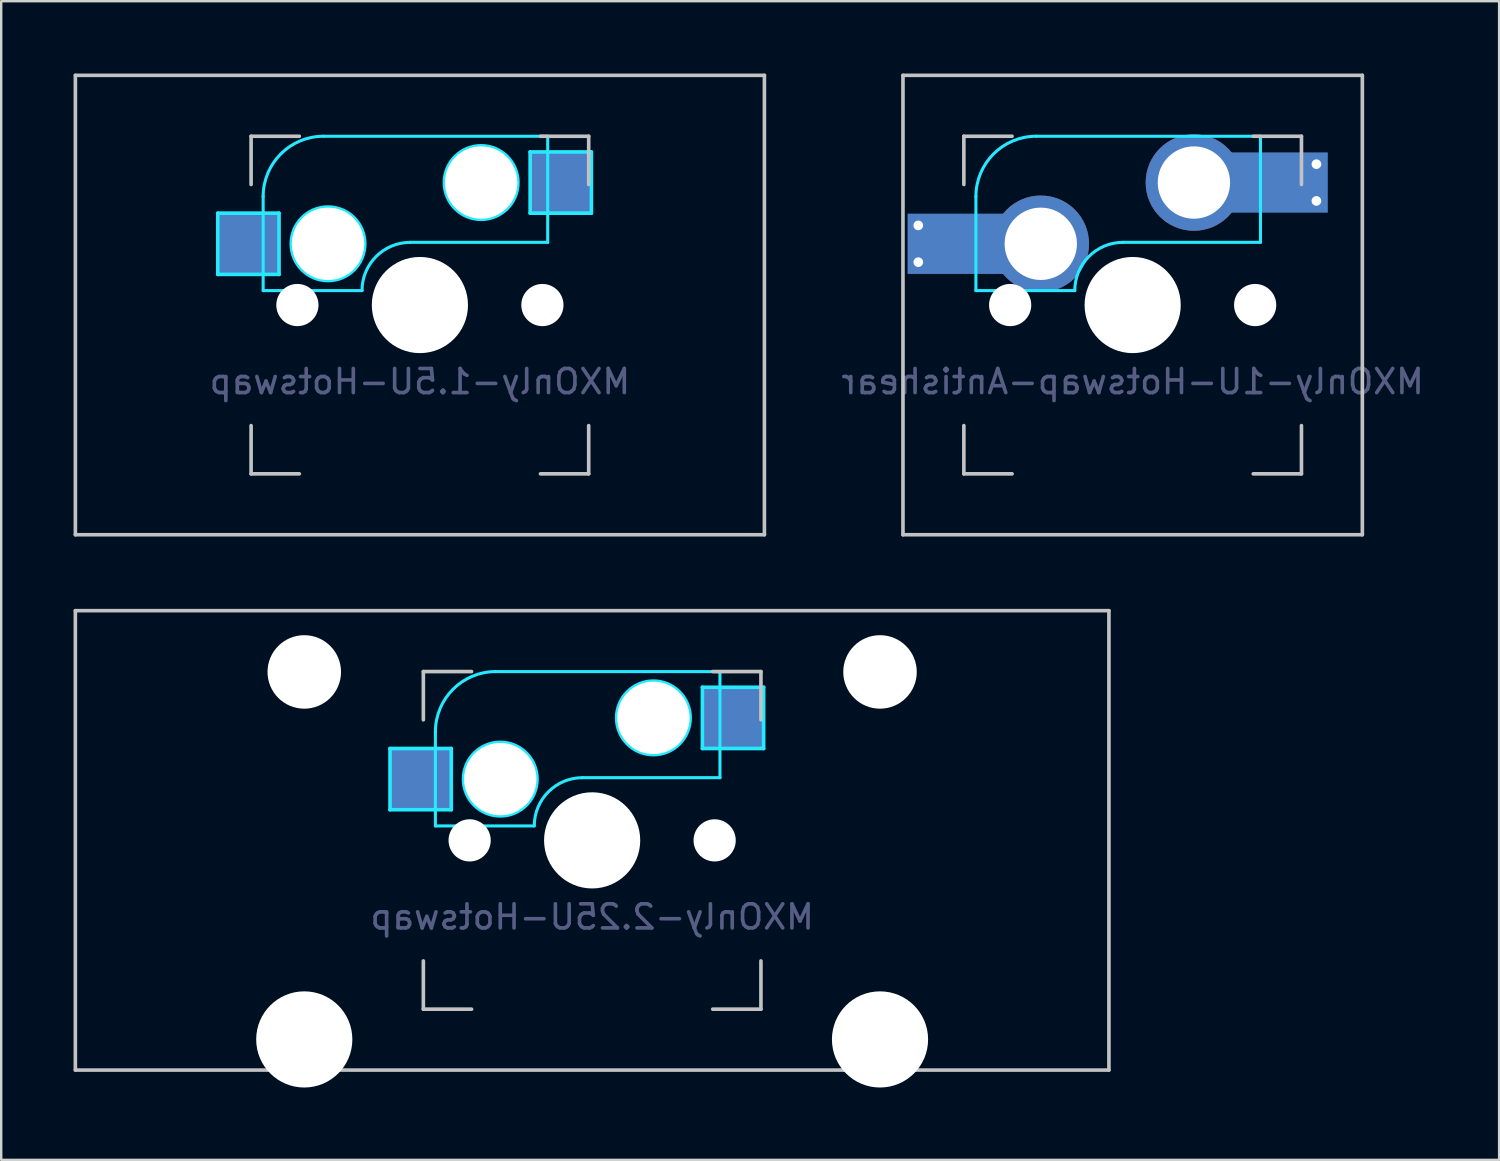
<source format=kicad_pcb>
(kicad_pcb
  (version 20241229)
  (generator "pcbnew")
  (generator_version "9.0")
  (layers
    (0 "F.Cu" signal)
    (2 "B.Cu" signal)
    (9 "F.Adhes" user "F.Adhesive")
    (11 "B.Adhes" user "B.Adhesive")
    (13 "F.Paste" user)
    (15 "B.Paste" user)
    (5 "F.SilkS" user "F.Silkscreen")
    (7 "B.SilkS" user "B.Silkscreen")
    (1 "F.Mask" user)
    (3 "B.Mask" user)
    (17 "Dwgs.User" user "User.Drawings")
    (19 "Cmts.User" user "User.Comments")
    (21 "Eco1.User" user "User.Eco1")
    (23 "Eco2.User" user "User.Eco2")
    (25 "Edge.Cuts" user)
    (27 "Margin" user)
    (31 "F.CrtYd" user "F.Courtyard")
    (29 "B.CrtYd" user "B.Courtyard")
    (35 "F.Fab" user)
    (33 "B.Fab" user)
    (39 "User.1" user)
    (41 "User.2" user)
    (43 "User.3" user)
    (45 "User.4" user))
  (footprint "MXOnly-1.5U-Hotswap"
    (layer "F.Cu")
    (at 14.363 9.6)
    (property "Reference" "MXOnly-1.5U-Hotswap" (at 0 3.175 0) (layer "B.Fab") (effects (font (size 1 1) (thickness 0.15)) (justify mirror)))
    (attr smd)
    (fp_line (start -14.287 -9.525) (end 14.287 -9.525) (stroke (width 0.15) (type solid)) (layer "Dwgs.User"))
    (fp_line (start -14.287 9.525) (end -14.287 -9.525) (stroke (width 0.15) (type solid)) (layer "Dwgs.User"))
    (fp_line (start -7 -7) (end -7 -5) (stroke (width 0.15) (type solid)) (layer "Dwgs.User"))
    (fp_line (start -7 5) (end -7 7) (stroke (width 0.15) (type solid)) (layer "Dwgs.User"))
    (fp_line (start -7 7) (end -5 7) (stroke (width 0.15) (type solid)) (layer "Dwgs.User"))
    (fp_line (start -5 -7) (end -7 -7) (stroke (width 0.15) (type solid)) (layer "Dwgs.User"))
    (fp_line (start 5 -7) (end 7 -7) (stroke (width 0.15) (type solid)) (layer "Dwgs.User"))
    (fp_line (start 5 7) (end 7 7) (stroke (width 0.15) (type solid)) (layer "Dwgs.User"))
    (fp_line (start 7 -7) (end 7 -5) (stroke (width 0.15) (type solid)) (layer "Dwgs.User"))
    (fp_line (start 7 7) (end 7 5) (stroke (width 0.15) (type solid)) (layer "Dwgs.User"))
    (fp_line (start 14.287 -9.525) (end 14.287 9.525) (stroke (width 0.15) (type solid)) (layer "Dwgs.User"))
    (fp_line (start 14.287 9.525) (end -14.287 9.525) (stroke (width 0.15) (type solid)) (layer "Dwgs.User"))
    (fp_line (start -8.382 -3.81) (end -5.842 -3.81) (stroke (width 0.15) (type solid)) (layer "B.CrtYd"))
    (fp_line (start -8.382 -1.27) (end -8.382 -3.81) (stroke (width 0.15) (type solid)) (layer "B.CrtYd"))
    (fp_line (start -6.5 -4.5) (end -6.5 -0.6) (stroke (width 0.127) (type solid)) (layer "B.CrtYd"))
    (fp_line (start -6.5 -0.6) (end -2.4 -0.6) (stroke (width 0.127) (type solid)) (layer "B.CrtYd"))
    (fp_line (start -5.842 -3.81) (end -5.842 -1.27) (stroke (width 0.15) (type solid)) (layer "B.CrtYd"))
    (fp_line (start -5.842 -1.27) (end -8.382 -1.27) (stroke (width 0.15) (type solid)) (layer "B.CrtYd"))
    (fp_line (start -0.4 -2.6) (end 5.3 -2.6) (stroke (width 0.127) (type solid)) (layer "B.CrtYd"))
    (fp_line (start 4.572 -6.35) (end 7.112 -6.35) (stroke (width 0.15) (type solid)) (layer "B.CrtYd"))
    (fp_line (start 4.572 -3.81) (end 4.572 -6.35) (stroke (width 0.15) (type solid)) (layer "B.CrtYd"))
    (fp_line (start 5.3 -7) (end -4 -7) (stroke (width 0.127) (type solid)) (layer "B.CrtYd"))
    (fp_line (start 5.3 -7) (end 5.3 -2.6) (stroke (width 0.127) (type solid)) (layer "B.CrtYd"))
    (fp_line (start 7.112 -6.35) (end 7.112 -3.81) (stroke (width 0.15) (type solid)) (layer "B.CrtYd"))
    (fp_line (start 7.112 -3.81) (end 4.572 -3.81) (stroke (width 0.15) (type solid)) (layer "B.CrtYd"))
    (fp_arc (start -6.5 -4.5) (mid -5.767767 -6.267767) (end -4 -7) (stroke (width 0.127) (type solid)) (layer "B.CrtYd"))
    (fp_arc (start -2.4 -0.6) (mid -1.814214 -2.014214) (end -0.4 -2.6) (stroke (width 0.127) (type solid)) (layer "B.CrtYd"))
    (fp_circle (center -3.81 -2.54) (end -3.81 -4.064) (stroke (width 0.15) (type solid)) (fill no) (layer "B.CrtYd"))
    (fp_circle (center 2.54 -5.08) (end 2.54 -6.604) (stroke (width 0.15) (type solid)) (fill no) (layer "B.CrtYd"))
    (pad "" np_thru_hole circle (at -5.08 0 48.1) (size 1.75 1.75) (drill 1.75) (layers "*.Cu" "*.Mask"))
    (pad "" np_thru_hole circle (at -3.81 -2.54) (size 3 3) (drill 3) (layers "*.Cu" "*.Mask"))
    (pad "" np_thru_hole circle (at 0 0) (size 3.988 3.988) (drill 3.988) (layers "*.Cu" "*.Mask"))
    (pad "" np_thru_hole circle (at 2.54 -5.08) (size 3 3) (drill 3) (layers "*.Cu" "*.Mask"))
    (pad "" np_thru_hole circle (at 5.08 0 48.1) (size 1.75 1.75) (drill 1.75) (layers "*.Cu" "*.Mask"))
    (pad "1" smd rect (at -7.085 -2.54) (size 2.55 2.5) (layers "B.Cu" "B.Mask" "B.Paste"))
    (pad "2" smd rect (at 5.842 -5.08) (size 2.55 2.5) (layers "B.Cu" "B.Mask" "B.Paste")))
  (footprint "MXOnly-1U-Hotswap-Antishear"
    (layer "F.Cu")
    (at 43.921 9.6)
    (property "Reference" "MXOnly-1U-Hotswap-Antishear" (at 0 3.175 0) (layer "B.Fab") (effects (font (size 1 1) (thickness 0.15)) (justify mirror)))
    (attr through_hole)
    (fp_line (start -9.525 -9.525) (end 9.525 -9.525) (stroke (width 0.15) (type solid)) (layer "Dwgs.User"))
    (fp_line (start -9.525 9.525) (end -9.525 -9.525) (stroke (width 0.15) (type solid)) (layer "Dwgs.User"))
    (fp_line (start -7 -7) (end -7 -5) (stroke (width 0.15) (type solid)) (layer "Dwgs.User"))
    (fp_line (start -7 5) (end -7 7) (stroke (width 0.15) (type solid)) (layer "Dwgs.User"))
    (fp_line (start -7 7) (end -5 7) (stroke (width 0.15) (type solid)) (layer "Dwgs.User"))
    (fp_line (start -5 -7) (end -7 -7) (stroke (width 0.15) (type solid)) (layer "Dwgs.User"))
    (fp_line (start 5 -7) (end 7 -7) (stroke (width 0.15) (type solid)) (layer "Dwgs.User"))
    (fp_line (start 5 7) (end 7 7) (stroke (width 0.15) (type solid)) (layer "Dwgs.User"))
    (fp_line (start 7 -7) (end 7 -5) (stroke (width 0.15) (type solid)) (layer "Dwgs.User"))
    (fp_line (start 7 7) (end 7 5) (stroke (width 0.15) (type solid)) (layer "Dwgs.User"))
    (fp_line (start 9.525 -9.525) (end 9.525 9.525) (stroke (width 0.15) (type solid)) (layer "Dwgs.User"))
    (fp_line (start 9.525 9.525) (end -9.525 9.525) (stroke (width 0.15) (type solid)) (layer "Dwgs.User"))
    (fp_line (start -6.5 -4.5) (end -6.5 -0.6) (stroke (width 0.127) (type solid)) (layer "B.CrtYd"))
    (fp_line (start -6.5 -0.6) (end -2.4 -0.6) (stroke (width 0.127) (type solid)) (layer "B.CrtYd"))
    (fp_line (start -0.4 -2.6) (end 5.3 -2.6) (stroke (width 0.127) (type solid)) (layer "B.CrtYd"))
    (fp_line (start 5.3 -7) (end -4 -7) (stroke (width 0.127) (type solid)) (layer "B.CrtYd"))
    (fp_line (start 5.3 -7) (end 5.3 -2.6) (stroke (width 0.127) (type solid)) (layer "B.CrtYd"))
    (fp_arc (start -6.5 -4.5) (mid -5.767767 -6.267767) (end -4 -7) (stroke (width 0.127) (type solid)) (layer "B.CrtYd"))
    (fp_arc (start -2.4 -0.6) (mid -1.814214 -2.014214) (end -0.4 -2.6) (stroke (width 0.127) (type solid)) (layer "B.CrtYd"))
    (pad "" smd rect (at -7.085 -2.54) (size 2.55 2.5) (layers "B.Mask" "B.Paste"))
    (pad "" np_thru_hole circle (at -5.08 0 48.1) (size 1.75 1.75) (drill 1.75) (layers "*.Cu" "*.Mask"))
    (pad "" np_thru_hole circle (at 0 0) (size 3.988 3.988) (drill 3.988) (layers "*.Cu" "*.Mask"))
    (pad "" np_thru_hole circle (at 5.08 0 48.1) (size 1.75 1.75) (drill 1.75) (layers "*.Cu" "*.Mask"))
    (pad "" smd rect (at 5.815 -5.08) (size 2.55 2.5) (layers "B.Mask" "B.Paste"))
    (pad "1" thru_hole circle (at -8.89 -3.302) (size 0.8 0.8) (drill 0.4) (layers "*.Cu"))
    (pad "1" thru_hole circle (at -8.89 -1.778) (size 0.8 0.8) (drill 0.4) (layers "*.Cu"))
    (pad "1" smd rect (at -7.085 -2.54) (size 4.5 2.5) (layers "B.Cu"))
    (pad "1" thru_hole circle (at -3.81 -2.54) (size 4 4) (drill 3) (layers "*.Cu"))
    (pad "2" thru_hole circle (at 2.54 -5.08) (size 4 4) (drill 3) (layers "*.Cu"))
    (pad "2" smd rect (at 5.842 -5.08) (size 4.5 2.5) (layers "B.Cu"))
    (pad "2" thru_hole circle (at 7.62 -5.842) (size 0.8 0.8) (drill 0.4) (layers "*.Cu"))
    (pad "2" thru_hole circle (at 7.62 -4.318) (size 0.8 0.8) (drill 0.4) (layers "*.Cu")))
  (footprint "MXOnly-2.25U-Hotswap"
    (layer "F.Cu")
    (at 21.506 31.8)
    (property "Reference" "MXOnly-2.25U-Hotswap" (at 0 3.175 0) (layer "B.Fab") (effects (font (size 1 1) (thickness 0.15)) (justify mirror)))
    (attr smd)
    (fp_line (start -21.431 -9.525) (end 21.431 -9.525) (stroke (width 0.15) (type solid)) (layer "Dwgs.User"))
    (fp_line (start -21.431 9.525) (end -21.431 -9.525) (stroke (width 0.15) (type solid)) (layer "Dwgs.User"))
    (fp_line (start -7 -7) (end -7 -5) (stroke (width 0.15) (type solid)) (layer "Dwgs.User"))
    (fp_line (start -7 5) (end -7 7) (stroke (width 0.15) (type solid)) (layer "Dwgs.User"))
    (fp_line (start -7 7) (end -5 7) (stroke (width 0.15) (type solid)) (layer "Dwgs.User"))
    (fp_line (start -5 -7) (end -7 -7) (stroke (width 0.15) (type solid)) (layer "Dwgs.User"))
    (fp_line (start 5 -7) (end 7 -7) (stroke (width 0.15) (type solid)) (layer "Dwgs.User"))
    (fp_line (start 5 7) (end 7 7) (stroke (width 0.15) (type solid)) (layer "Dwgs.User"))
    (fp_line (start 7 -7) (end 7 -5) (stroke (width 0.15) (type solid)) (layer "Dwgs.User"))
    (fp_line (start 7 7) (end 7 5) (stroke (width 0.15) (type solid)) (layer "Dwgs.User"))
    (fp_line (start 21.431 -9.525) (end 21.431 9.525) (stroke (width 0.15) (type solid)) (layer "Dwgs.User"))
    (fp_line (start 21.431 9.525) (end -21.431 9.525) (stroke (width 0.15) (type solid)) (layer "Dwgs.User"))
    (fp_line (start -8.382 -3.81) (end -5.842 -3.81) (stroke (width 0.15) (type solid)) (layer "B.CrtYd"))
    (fp_line (start -8.382 -1.27) (end -8.382 -3.81) (stroke (width 0.15) (type solid)) (layer "B.CrtYd"))
    (fp_line (start -6.5 -4.5) (end -6.5 -0.6) (stroke (width 0.127) (type solid)) (layer "B.CrtYd"))
    (fp_line (start -6.5 -0.6) (end -2.4 -0.6) (stroke (width 0.127) (type solid)) (layer "B.CrtYd"))
    (fp_line (start -5.842 -3.81) (end -5.842 -1.27) (stroke (width 0.15) (type solid)) (layer "B.CrtYd"))
    (fp_line (start -5.842 -1.27) (end -8.382 -1.27) (stroke (width 0.15) (type solid)) (layer "B.CrtYd"))
    (fp_line (start -0.4 -2.6) (end 5.3 -2.6) (stroke (width 0.127) (type solid)) (layer "B.CrtYd"))
    (fp_line (start 4.572 -6.35) (end 7.112 -6.35) (stroke (width 0.15) (type solid)) (layer "B.CrtYd"))
    (fp_line (start 4.572 -3.81) (end 4.572 -6.35) (stroke (width 0.15) (type solid)) (layer "B.CrtYd"))
    (fp_line (start 5.3 -7) (end -4 -7) (stroke (width 0.127) (type solid)) (layer "B.CrtYd"))
    (fp_line (start 5.3 -7) (end 5.3 -2.6) (stroke (width 0.127) (type solid)) (layer "B.CrtYd"))
    (fp_line (start 7.112 -6.35) (end 7.112 -3.81) (stroke (width 0.15) (type solid)) (layer "B.CrtYd"))
    (fp_line (start 7.112 -3.81) (end 4.572 -3.81) (stroke (width 0.15) (type solid)) (layer "B.CrtYd"))
    (fp_arc (start -6.5 -4.5) (mid -5.767767 -6.267767) (end -4 -7) (stroke (width 0.127) (type solid)) (layer "B.CrtYd"))
    (fp_arc (start -2.4 -0.6) (mid -1.814214 -2.014214) (end -0.4 -2.6) (stroke (width 0.127) (type solid)) (layer "B.CrtYd"))
    (fp_circle (center -3.81 -2.54) (end -3.81 -4.064) (stroke (width 0.15) (type solid)) (fill no) (layer "B.CrtYd"))
    (fp_circle (center 2.54 -5.08) (end 2.54 -6.604) (stroke (width 0.15) (type solid)) (fill no) (layer "B.CrtYd"))
    (pad "" np_thru_hole circle (at -11.938 -6.985) (size 3.048 3.048) (drill 3.048) (layers "*.Cu" "*.Mask"))
    (pad "" np_thru_hole circle (at -11.938 8.255) (size 3.988 3.988) (drill 3.988) (layers "*.Cu" "*.Mask"))
    (pad "" np_thru_hole circle (at -5.08 0 48.1) (size 1.75 1.75) (drill 1.75) (layers "*.Cu" "*.Mask"))
    (pad "" np_thru_hole circle (at -3.81 -2.54) (size 3 3) (drill 3) (layers "*.Cu" "*.Mask"))
    (pad "" np_thru_hole circle (at 0 0) (size 3.988 3.988) (drill 3.988) (layers "*.Cu" "*.Mask"))
    (pad "" np_thru_hole circle (at 2.54 -5.08) (size 3 3) (drill 3) (layers "*.Cu" "*.Mask"))
    (pad "" np_thru_hole circle (at 5.08 0 48.1) (size 1.75 1.75) (drill 1.75) (layers "*.Cu" "*.Mask"))
    (pad "" np_thru_hole circle (at 11.938 -6.985) (size 3.048 3.048) (drill 3.048) (layers "*.Cu" "*.Mask"))
    (pad "" np_thru_hole circle (at 11.938 8.255) (size 3.988 3.988) (drill 3.988) (layers "*.Cu" "*.Mask"))
    (pad "1" smd rect (at -7.085 -2.54) (size 2.55 2.5) (layers "B.Cu" "B.Mask" "B.Paste"))
    (pad "2" smd rect (at 5.842 -5.08) (size 2.55 2.5) (layers "B.Cu" "B.Mask" "B.Paste")))
  (gr_rect
    (start -3 -3)
    (end 59.118 45.049)
    (stroke (width 0.1) (type default))
    (fill no)
    (layer "Edge.Cuts")))
</source>
